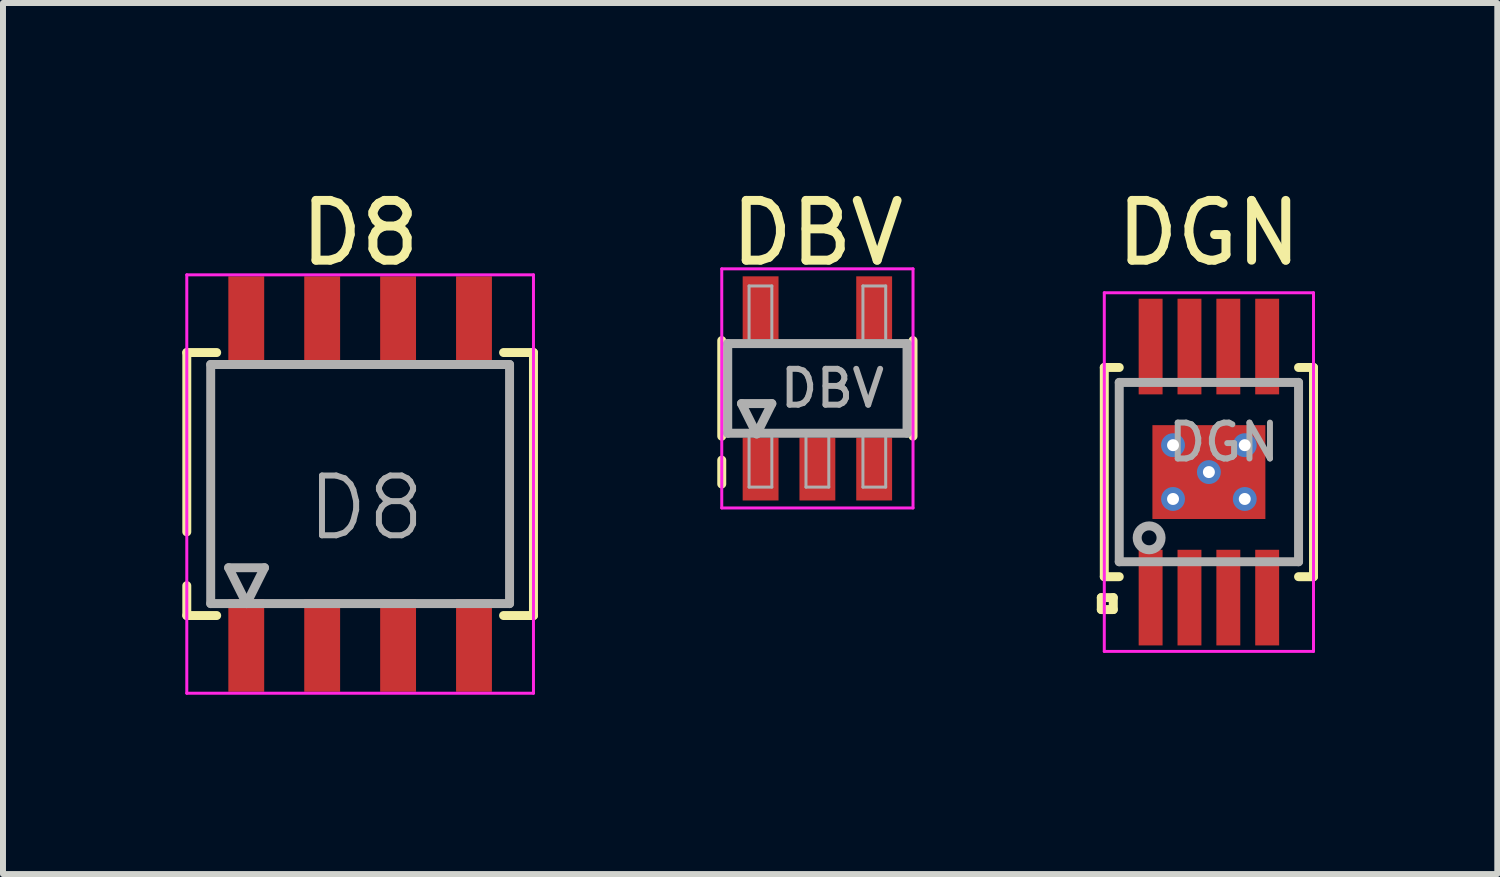
<source format=kicad_pcb>
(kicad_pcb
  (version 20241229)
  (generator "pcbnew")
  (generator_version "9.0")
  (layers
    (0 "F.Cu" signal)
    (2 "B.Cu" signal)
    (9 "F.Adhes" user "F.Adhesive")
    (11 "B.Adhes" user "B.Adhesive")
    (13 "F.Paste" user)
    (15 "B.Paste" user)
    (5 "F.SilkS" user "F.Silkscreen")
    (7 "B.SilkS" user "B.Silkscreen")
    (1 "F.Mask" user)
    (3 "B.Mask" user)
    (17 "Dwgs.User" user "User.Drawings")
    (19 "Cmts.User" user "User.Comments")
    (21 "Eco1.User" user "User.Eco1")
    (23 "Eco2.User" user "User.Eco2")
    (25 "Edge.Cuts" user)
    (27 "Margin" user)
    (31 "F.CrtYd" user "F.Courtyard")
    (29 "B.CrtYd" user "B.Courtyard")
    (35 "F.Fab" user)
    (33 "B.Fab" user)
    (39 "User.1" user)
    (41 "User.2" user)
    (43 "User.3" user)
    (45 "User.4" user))
  (footprint "DGN"
    (layer "F.Cu")
    (at 17.175 4.848)
    (property "Reference" "DGN" (at 0 -4 0) (layer "F.SilkS") (effects (font (size 1 1) (thickness 0.15))))
    (attr smd)
    (fp_line (start -1.8 2.1) (end -1.6 2.1) (stroke (width 0.15) (type solid)) (layer "F.SilkS"))
    (fp_line (start -1.8 2.3) (end -1.8 2.1) (stroke (width 0.15) (type solid)) (layer "F.SilkS"))
    (fp_line (start -1.8 2.3) (end -1.6 2.3) (stroke (width 0.15) (type solid)) (layer "F.SilkS"))
    (fp_line (start -1.75 -1.75) (end -1.5 -1.75) (stroke (width 0.15) (type solid)) (layer "F.SilkS"))
    (fp_line (start -1.75 1.75) (end -1.75 -1.75) (stroke (width 0.15) (type solid)) (layer "F.SilkS"))
    (fp_line (start -1.75 1.75) (end -1.5 1.75) (stroke (width 0.15) (type solid)) (layer "F.SilkS"))
    (fp_line (start -1.6 2.3) (end -1.6 2.1) (stroke (width 0.15) (type solid)) (layer "F.SilkS"))
    (fp_line (start 1.5 -1.75) (end 1.75 -1.75) (stroke (width 0.15) (type solid)) (layer "F.SilkS"))
    (fp_line (start 1.5 1.75) (end 1.75 1.75) (stroke (width 0.15) (type solid)) (layer "F.SilkS"))
    (fp_line (start 1.75 1.75) (end 1.75 -1.75) (stroke (width 0.15) (type solid)) (layer "F.SilkS"))
    (fp_line (start -1.75 -3) (end 1.75 -3) (stroke (width 0.05) (type solid)) (layer "F.CrtYd"))
    (fp_line (start -1.75 3) (end -1.75 -3) (stroke (width 0.05) (type solid)) (layer "F.CrtYd"))
    (fp_line (start -1.75 3) (end 1.75 3) (stroke (width 0.05) (type solid)) (layer "F.CrtYd"))
    (fp_line (start 1.75 3) (end 1.75 -3) (stroke (width 0.05) (type solid)) (layer "F.CrtYd"))
    (fp_line (start -1.5 -1.5) (end -1.5 1.5) (stroke (width 0.15) (type solid)) (layer "F.Fab"))
    (fp_line (start -1.5 -1.5) (end 1.5 -1.5) (stroke (width 0.15) (type solid)) (layer "F.Fab"))
    (fp_line (start -1.5 1.5) (end 1.5 1.5) (stroke (width 0.15) (type solid)) (layer "F.Fab"))
    (fp_line (start 1.5 -1.5) (end 1.5 1.5) (stroke (width 0.15) (type solid)) (layer "F.Fab"))
    (fp_circle (center -1 1.1) (end -0.8 1.1) (stroke (width 0.15) (type solid)) (fill no) (layer "F.Fab"))
    (fp_text user "${REFERENCE}" (at 0.25 -0.5 0) (layer "F.Fab") (effects (font (size 0.6 0.6) (thickness 0.1))))
    (pad "1" smd rect (at -0.975 2.1) (size 0.4 1.6) (layers "F.Cu" "F.Mask" "F.Paste"))
    (pad "2" smd rect (at -0.325 2.1) (size 0.4 1.6) (layers "F.Cu" "F.Mask" "F.Paste"))
    (pad "3" smd rect (at 0.325 2.1) (size 0.4 1.6) (layers "F.Cu" "F.Mask" "F.Paste"))
    (pad "4" smd rect (at 0.975 2.1) (size 0.4 1.6) (layers "F.Cu" "F.Mask" "F.Paste"))
    (pad "5" smd rect (at 0.975 -2.1) (size 0.4 1.6) (layers "F.Cu" "F.Mask" "F.Paste"))
    (pad "6" smd rect (at 0.325 -2.1) (size 0.4 1.6) (layers "F.Cu" "F.Mask" "F.Paste"))
    (pad "7" smd rect (at -0.325 -2.1) (size 0.4 1.6) (layers "F.Cu" "F.Mask" "F.Paste"))
    (pad "8" smd rect (at -0.975 -2.1) (size 0.4 1.6) (layers "F.Cu" "F.Mask" "F.Paste"))
    (pad "9" thru_hole circle (at -0.6 -0.45) (size 0.4 0.4) (drill 0.2) (layers "*.Cu"))
    (pad "9" thru_hole circle (at -0.6 0.45) (size 0.4 0.4) (drill 0.2) (layers "*.Cu"))
    (pad "9" thru_hole circle (at 0 0) (size 0.4 0.4) (drill 0.2) (layers "*.Cu"))
    (pad "9" smd rect (at 0 0) (size 1.89 1.57) (layers "F.Cu" "F.Mask" "F.Paste"))
    (pad "9" thru_hole circle (at 0.6 -0.45) (size 0.4 0.4) (drill 0.2) (layers "*.Cu"))
    (pad "9" thru_hole circle (at 0.6 0.45) (size 0.4 0.4) (drill 0.2) (layers "*.Cu")))
  (footprint "DBV"
    (layer "F.Cu")
    (at 10.625 3.448)
    (property "Reference" "DBV" (at 0 -2.6 180) (layer "F.SilkS") (effects (font (size 1 1) (thickness 0.15))))
    (attr smd)
    (fp_line (start -1.6 -0.8) (end -1.6 0.8) (stroke (width 0.15) (type solid)) (layer "F.SilkS"))
    (fp_line (start -1.6 1.2) (end -1.6 1.6) (stroke (width 0.15) (type solid)) (layer "F.SilkS"))
    (fp_line (start 1.6 -0.8) (end 1.6 0.8) (stroke (width 0.15) (type solid)) (layer "F.SilkS"))
    (fp_line (start -1.6 -2) (end -1.6 2) (stroke (width 0.05) (type solid)) (layer "F.CrtYd"))
    (fp_line (start -1.6 -2) (end 1.6 -2) (stroke (width 0.05) (type solid)) (layer "F.CrtYd"))
    (fp_line (start -1.6 2) (end 1.6 2) (stroke (width 0.05) (type solid)) (layer "F.CrtYd"))
    (fp_line (start 1.6 -2) (end 1.6 2) (stroke (width 0.05) (type solid)) (layer "F.CrtYd"))
    (fp_line (start -1.5 -0.75) (end -1.5 0.75) (stroke (width 0.15) (type solid)) (layer "F.Fab"))
    (fp_line (start -1.5 0.75) (end 1.5 0.75) (stroke (width 0.15) (type solid)) (layer "F.Fab"))
    (fp_line (start -1.27 0.254) (end -1.016 0.762) (stroke (width 0.15) (type solid)) (layer "F.Fab"))
    (fp_line (start -1.143 -1.714) (end -1.143 -0.762) (stroke (width 0.05) (type solid)) (layer "F.Fab"))
    (fp_line (start -1.143 -1.714) (end -0.762 -1.714) (stroke (width 0.05) (type solid)) (layer "F.Fab"))
    (fp_line (start -1.143 0.762) (end -1.143 1.651) (stroke (width 0.05) (type solid)) (layer "F.Fab"))
    (fp_line (start -1.143 1.651) (end -0.762 1.651) (stroke (width 0.05) (type solid)) (layer "F.Fab"))
    (fp_line (start -1.016 0.762) (end -0.762 0.254) (stroke (width 0.15) (type solid)) (layer "F.Fab"))
    (fp_line (start -0.762 -1.714) (end -0.762 -0.762) (stroke (width 0.05) (type solid)) (layer "F.Fab"))
    (fp_line (start -0.762 0.254) (end -1.27 0.254) (stroke (width 0.15) (type solid)) (layer "F.Fab"))
    (fp_line (start -0.762 1.651) (end -0.762 0.762) (stroke (width 0.05) (type solid)) (layer "F.Fab"))
    (fp_line (start -0.191 0.762) (end -0.191 1.651) (stroke (width 0.05) (type solid)) (layer "F.Fab"))
    (fp_line (start -0.191 1.651) (end 0.191 1.651) (stroke (width 0.05) (type solid)) (layer "F.Fab"))
    (fp_line (start 0.191 1.651) (end 0.191 0.762) (stroke (width 0.05) (type solid)) (layer "F.Fab"))
    (fp_line (start 0.762 -1.714) (end 1.143 -1.714) (stroke (width 0.05) (type solid)) (layer "F.Fab"))
    (fp_line (start 0.762 -0.762) (end 0.762 -1.714) (stroke (width 0.05) (type solid)) (layer "F.Fab"))
    (fp_line (start 0.762 0.762) (end 0.762 1.651) (stroke (width 0.05) (type solid)) (layer "F.Fab"))
    (fp_line (start 0.762 1.651) (end 1.143 1.651) (stroke (width 0.05) (type solid)) (layer "F.Fab"))
    (fp_line (start 1.143 -1.714) (end 1.143 -0.762) (stroke (width 0.05) (type solid)) (layer "F.Fab"))
    (fp_line (start 1.143 1.651) (end 1.143 0.762) (stroke (width 0.05) (type solid)) (layer "F.Fab"))
    (fp_line (start 1.5 -0.75) (end -1.5 -0.75) (stroke (width 0.15) (type solid)) (layer "F.Fab"))
    (fp_line (start 1.5 0.75) (end 1.5 -0.75) (stroke (width 0.15) (type solid)) (layer "F.Fab"))
    (fp_text user "${REFERENCE}" (at 0.25 0 0) (layer "F.Fab") (effects (font (size 0.6 0.6) (thickness 0.1))))
    (pad "1" smd rect (at -0.95 1.35) (size 0.6 1.05) (layers "F.Cu" "F.Mask" "F.Paste"))
    (pad "2" smd rect (at 0 1.35) (size 0.6 1.05) (layers "F.Cu" "F.Mask" "F.Paste"))
    (pad "3" smd rect (at 0.95 1.35) (size 0.6 1.05) (layers "F.Cu" "F.Mask" "F.Paste"))
    (pad "4" smd rect (at 0.95 -1.35) (size 0.6 1.05) (layers "F.Cu" "F.Mask" "F.Paste"))
    (pad "5" smd rect (at -0.95 -1.35) (size 0.6 1.05) (layers "F.Cu" "F.Mask" "F.Paste")))
  (footprint "D8"
    (layer "F.Cu")
    (at 2.975 5.048)
    (property "Reference" "D8" (at 0 -4.2 0) (layer "F.SilkS") (effects (font (size 1 1) (thickness 0.15))))
    (attr smd)
    (fp_line (start -2.9 -2.2) (end -2.4 -2.2) (stroke (width 0.15) (type solid)) (layer "F.SilkS"))
    (fp_line (start -2.9 0.8) (end -2.9 -2.2) (stroke (width 0.15) (type solid)) (layer "F.SilkS"))
    (fp_line (start -2.9 2.2) (end -2.9 1.7) (stroke (width 0.15) (type solid)) (layer "F.SilkS"))
    (fp_line (start -2.9 2.2) (end -2.4 2.2) (stroke (width 0.15) (type solid)) (layer "F.SilkS"))
    (fp_line (start 2.4 -2.2) (end 2.9 -2.2) (stroke (width 0.15) (type solid)) (layer "F.SilkS"))
    (fp_line (start 2.4 2.2) (end 2.9 2.2) (stroke (width 0.15) (type solid)) (layer "F.SilkS"))
    (fp_line (start 2.9 2.2) (end 2.9 -2.2) (stroke (width 0.15) (type solid)) (layer "F.SilkS"))
    (fp_line (start -2.9 -3.5) (end 2.9 -3.5) (stroke (width 0.05) (type solid)) (layer "F.CrtYd"))
    (fp_line (start -2.9 3.5) (end -2.9 -3.5) (stroke (width 0.05) (type solid)) (layer "F.CrtYd"))
    (fp_line (start -2.9 3.5) (end 2.9 3.5) (stroke (width 0.05) (type solid)) (layer "F.CrtYd"))
    (fp_line (start 2.9 3.5) (end 2.9 -3.5) (stroke (width 0.05) (type solid)) (layer "F.CrtYd"))
    (fp_line (start -2.5 -2) (end -2.5 2) (stroke (width 0.15) (type solid)) (layer "F.Fab"))
    (fp_line (start -2.5 -2) (end 2.5 -2) (stroke (width 0.15) (type solid)) (layer "F.Fab"))
    (fp_line (start -2.5 2) (end 2.5 2) (stroke (width 0.15) (type solid)) (layer "F.Fab"))
    (fp_line (start -2.2 1.4) (end -1.6 1.4) (stroke (width 0.15) (type solid)) (layer "F.Fab"))
    (fp_line (start -1.9 2) (end -2.2 1.4) (stroke (width 0.15) (type solid)) (layer "F.Fab"))
    (fp_line (start -1.6 1.4) (end -1.9 2) (stroke (width 0.15) (type solid)) (layer "F.Fab"))
    (fp_line (start 2.5 -2) (end 2.5 2) (stroke (width 0.15) (type solid)) (layer "F.Fab"))
    (fp_text user "${REFERENCE}" (at 0.1 0.4 0) (layer "F.Fab") (effects (font (size 1 1) (thickness 0.1))))
    (pad "1" smd rect (at -1.905 2.7 90) (size 1.55 0.6) (layers "F.Cu" "F.Mask" "F.Paste"))
    (pad "2" smd rect (at -0.635 2.7 90) (size 1.55 0.6) (layers "F.Cu" "F.Mask" "F.Paste"))
    (pad "3" smd rect (at 0.635 2.7 90) (size 1.55 0.6) (layers "F.Cu" "F.Mask" "F.Paste"))
    (pad "4" smd rect (at 1.905 2.7 90) (size 1.55 0.6) (layers "F.Cu" "F.Mask" "F.Paste"))
    (pad "5" smd rect (at 1.905 -2.7 90) (size 1.55 0.6) (layers "F.Cu" "F.Mask" "F.Paste"))
    (pad "6" smd rect (at 0.635 -2.7 90) (size 1.55 0.6) (layers "F.Cu" "F.Mask" "F.Paste"))
    (pad "7" smd rect (at -0.635 -2.7 90) (size 1.55 0.6) (layers "F.Cu" "F.Mask" "F.Paste"))
    (pad "8" smd rect (at -1.905 -2.7 90) (size 1.55 0.6) (layers "F.Cu" "F.Mask" "F.Paste")))
  (gr_rect
    (start -3 -3)
    (end 22 11.573)
    (stroke (width 0.1) (type default))
    (fill no)
    (layer "Edge.Cuts")))
</source>
